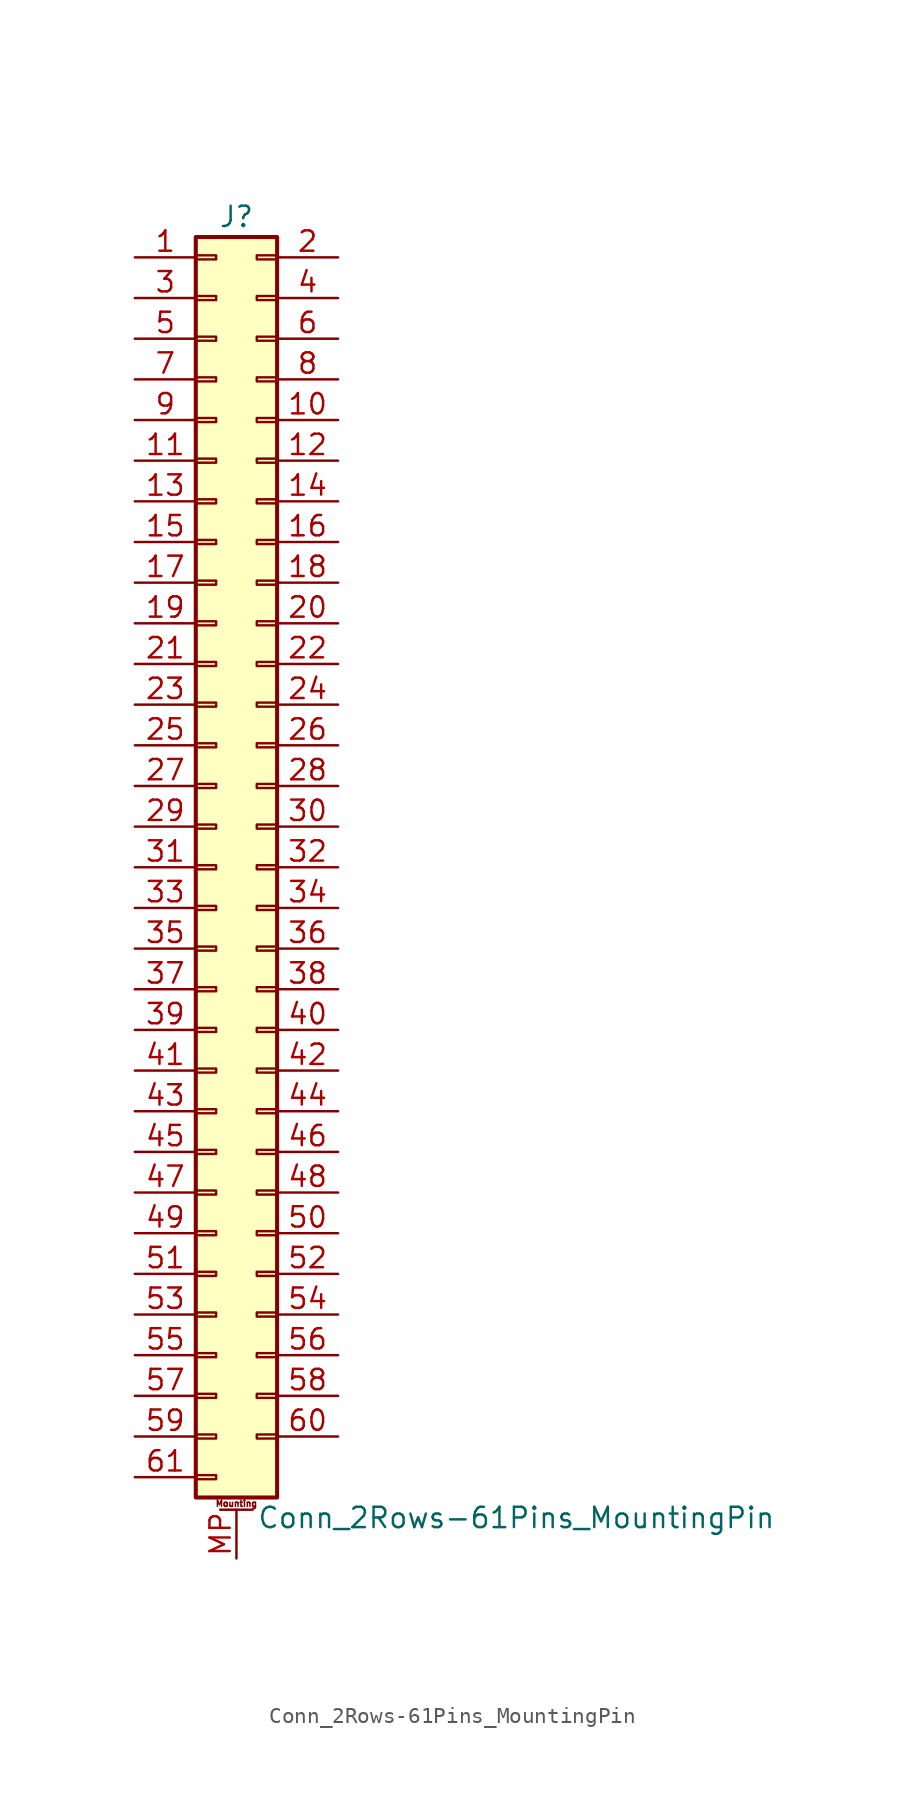
<source format=kicad_sym>
(kicad_symbol_lib
  (version 20200908)
  (generator kicad_symbol_editor)
  (symbol "Connector_Generic_MountingPin:Conn_2Rows-61Pins_MountingPin"
    (pin_names
      (offset 1.016) hide)
    (property "Reference" "J"
      (at 1.27 40.64 0)
      (effects (font (size 1.27 1.27))))
    (property "Value" "Conn_2Rows-61Pins_MountingPin"
      (at 2.54 -40.64 0)
      (effects (font (size 1.27 1.27)) (justify left)))
    (symbol "Conn_2Rows-61Pins_MountingPin_1_1"
      (text "Mounting" (at 1.27 -39.751 0) (effects (font (size 0.381 0.381))))
      (rectangle (start -1.27 -27.813) (end 0 -28.067) (stroke (width 0.152)) (fill (type none)))
      (rectangle (start -1.27 -30.353) (end 0 -30.607) (stroke (width 0.152)) (fill (type none)))
      (rectangle (start -1.27 -32.893) (end 0 -33.147) (stroke (width 0.152)) (fill (type none)))
      (rectangle (start -1.27 -35.433) (end 0 -35.687) (stroke (width 0.152)) (fill (type none)))
      (rectangle (start -1.27 -37.973) (end 0 -38.227) (stroke (width 0.152)) (fill (type none)))
      (rectangle (start -1.27 -4.953) (end 0 -5.207) (stroke (width 0.152)) (fill (type none)))
      (rectangle (start -1.27 -7.493) (end 0 -7.747) (stroke (width 0.152)) (fill (type none)))
      (rectangle (start -1.27 -10.033) (end 0 -10.287) (stroke (width 0.152)) (fill (type none)))
      (rectangle (start -1.27 -12.573) (end 0 -12.827) (stroke (width 0.152)) (fill (type none)))
      (rectangle (start -1.27 -15.113) (end 0 -15.367) (stroke (width 0.152)) (fill (type none)))
      (rectangle (start -1.27 -17.653) (end 0 -17.907) (stroke (width 0.152)) (fill (type none)))
      (rectangle (start -1.27 -20.193) (end 0 -20.447) (stroke (width 0.152)) (fill (type none)))
      (rectangle (start -1.27 -22.733) (end 0 -22.987) (stroke (width 0.152)) (fill (type none)))
      (rectangle (start -1.27 -2.413) (end 0 -2.667) (stroke (width 0.152)) (fill (type none)))
      (rectangle (start -1.27 -25.273) (end 0 -25.527) (stroke (width 0.152)) (fill (type none)))
      (rectangle (start -1.27 25.527) (end 0 25.273) (stroke (width 0.152)) (fill (type none)))
      (rectangle (start -1.27 2.667) (end 0 2.413) (stroke (width 0.152)) (fill (type none)))
      (rectangle (start -1.27 28.067) (end 0 27.813) (stroke (width 0.152)) (fill (type none)))
      (rectangle (start -1.27 30.607) (end 0 30.353) (stroke (width 0.152)) (fill (type none)))
      (rectangle (start -1.27 33.147) (end 0 32.893) (stroke (width 0.152)) (fill (type none)))
      (rectangle (start -1.27 35.687) (end 0 35.433) (stroke (width 0.152)) (fill (type none)))
      (rectangle (start -1.27 38.227) (end 0 37.973) (stroke (width 0.152)) (fill (type none)))
      (rectangle (start -1.27 39.37) (end 3.81 -39.37) (stroke (width 0.254)) (fill (type background)))
      (rectangle (start -1.27 5.207) (end 0 4.953) (stroke (width 0.152)) (fill (type none)))
      (rectangle (start -1.27 7.747) (end 0 7.493) (stroke (width 0.152)) (fill (type none)))
      (rectangle (start -1.27 10.287) (end 0 10.033) (stroke (width 0.152)) (fill (type none)))
      (rectangle (start -1.27 0.127) (end 0 -0.127) (stroke (width 0.152)) (fill (type none)))
      (rectangle (start -1.27 12.827) (end 0 12.573) (stroke (width 0.152)) (fill (type none)))
      (rectangle (start -1.27 15.367) (end 0 15.113) (stroke (width 0.152)) (fill (type none)))
      (rectangle (start -1.27 17.907) (end 0 17.653) (stroke (width 0.152)) (fill (type none)))
      (rectangle (start -1.27 20.447) (end 0 20.193) (stroke (width 0.152)) (fill (type none)))
      (rectangle (start -1.27 22.987) (end 0 22.733) (stroke (width 0.152)) (fill (type none)))
      (rectangle (start 3.81 -27.813) (end 2.54 -28.067) (stroke (width 0.152)) (fill (type none)))
      (rectangle (start 3.81 -30.353) (end 2.54 -30.607) (stroke (width 0.152)) (fill (type none)))
      (rectangle (start 3.81 -32.893) (end 2.54 -33.147) (stroke (width 0.152)) (fill (type none)))
      (rectangle (start 3.81 -35.433) (end 2.54 -35.687) (stroke (width 0.152)) (fill (type none)))
      (rectangle (start 3.81 -4.953) (end 2.54 -5.207) (stroke (width 0.152)) (fill (type none)))
      (rectangle (start 3.81 -7.493) (end 2.54 -7.747) (stroke (width 0.152)) (fill (type none)))
      (rectangle (start 3.81 -10.033) (end 2.54 -10.287) (stroke (width 0.152)) (fill (type none)))
      (rectangle (start 3.81 -12.573) (end 2.54 -12.827) (stroke (width 0.152)) (fill (type none)))
      (rectangle (start 3.81 -15.113) (end 2.54 -15.367) (stroke (width 0.152)) (fill (type none)))
      (rectangle (start 3.81 -17.653) (end 2.54 -17.907) (stroke (width 0.152)) (fill (type none)))
      (rectangle (start 3.81 -20.193) (end 2.54 -20.447) (stroke (width 0.152)) (fill (type none)))
      (rectangle (start 3.81 -22.733) (end 2.54 -22.987) (stroke (width 0.152)) (fill (type none)))
      (rectangle (start 3.81 -2.413) (end 2.54 -2.667) (stroke (width 0.152)) (fill (type none)))
      (rectangle (start 3.81 -25.273) (end 2.54 -25.527) (stroke (width 0.152)) (fill (type none)))
      (rectangle (start 3.81 25.527) (end 2.54 25.273) (stroke (width 0.152)) (fill (type none)))
      (rectangle (start 3.81 2.667) (end 2.54 2.413) (stroke (width 0.152)) (fill (type none)))
      (rectangle (start 3.81 28.067) (end 2.54 27.813) (stroke (width 0.152)) (fill (type none)))
      (rectangle (start 3.81 30.607) (end 2.54 30.353) (stroke (width 0.152)) (fill (type none)))
      (rectangle (start 3.81 33.147) (end 2.54 32.893) (stroke (width 0.152)) (fill (type none)))
      (rectangle (start 3.81 35.687) (end 2.54 35.433) (stroke (width 0.152)) (fill (type none)))
      (rectangle (start 3.81 38.227) (end 2.54 37.973) (stroke (width 0.152)) (fill (type none)))
      (rectangle (start 3.81 5.207) (end 2.54 4.953) (stroke (width 0.152)) (fill (type none)))
      (rectangle (start 3.81 7.747) (end 2.54 7.493) (stroke (width 0.152)) (fill (type none)))
      (rectangle (start 3.81 10.287) (end 2.54 10.033) (stroke (width 0.152)) (fill (type none)))
      (rectangle (start 3.81 0.127) (end 2.54 -0.127) (stroke (width 0.152)) (fill (type none)))
      (rectangle (start 3.81 12.827) (end 2.54 12.573) (stroke (width 0.152)) (fill (type none)))
      (rectangle (start 3.81 15.367) (end 2.54 15.113) (stroke (width 0.152)) (fill (type none)))
      (rectangle (start 3.81 17.907) (end 2.54 17.653) (stroke (width 0.152)) (fill (type none)))
      (rectangle (start 3.81 20.447) (end 2.54 20.193) (stroke (width 0.152)) (fill (type none)))
      (rectangle (start 3.81 22.987) (end 2.54 22.733) (stroke (width 0.152)) (fill (type none)))
      (polyline (pts (xy 0.254 -40.132) (xy 2.286 -40.132)) (stroke (width 0.152)) (fill (type none)))
      (pin passive line (at 1.27 -43.18 90) (length 3.048) (name "MountPin" (effects (font (size 1.27 1.27)))) (number "MP" (effects (font (size 1.27 1.27)))))
      (pin passive line (at -5.08 38.1 0) (length 3.81) (name "Pin_1" (effects (font (size 1.27 1.27)))) (number "1" (effects (font (size 1.27 1.27)))))
      (pin passive line (at 7.62 27.94 180) (length 3.81) (name "Pin_10" (effects (font (size 1.27 1.27)))) (number "10" (effects (font (size 1.27 1.27)))))
      (pin passive line (at -5.08 25.4 0) (length 3.81) (name "Pin_11" (effects (font (size 1.27 1.27)))) (number "11" (effects (font (size 1.27 1.27)))))
      (pin passive line (at 7.62 25.4 180) (length 3.81) (name "Pin_12" (effects (font (size 1.27 1.27)))) (number "12" (effects (font (size 1.27 1.27)))))
      (pin passive line (at -5.08 22.86 0) (length 3.81) (name "Pin_13" (effects (font (size 1.27 1.27)))) (number "13" (effects (font (size 1.27 1.27)))))
      (pin passive line (at 7.62 22.86 180) (length 3.81) (name "Pin_14" (effects (font (size 1.27 1.27)))) (number "14" (effects (font (size 1.27 1.27)))))
      (pin passive line (at -5.08 20.32 0) (length 3.81) (name "Pin_15" (effects (font (size 1.27 1.27)))) (number "15" (effects (font (size 1.27 1.27)))))
      (pin passive line (at 7.62 20.32 180) (length 3.81) (name "Pin_16" (effects (font (size 1.27 1.27)))) (number "16" (effects (font (size 1.27 1.27)))))
      (pin passive line (at -5.08 17.78 0) (length 3.81) (name "Pin_17" (effects (font (size 1.27 1.27)))) (number "17" (effects (font (size 1.27 1.27)))))
      (pin passive line (at 7.62 17.78 180) (length 3.81) (name "Pin_18" (effects (font (size 1.27 1.27)))) (number "18" (effects (font (size 1.27 1.27)))))
      (pin passive line (at -5.08 15.24 0) (length 3.81) (name "Pin_19" (effects (font (size 1.27 1.27)))) (number "19" (effects (font (size 1.27 1.27)))))
      (pin passive line (at 7.62 38.1 180) (length 3.81) (name "Pin_2" (effects (font (size 1.27 1.27)))) (number "2" (effects (font (size 1.27 1.27)))))
      (pin passive line (at 7.62 15.24 180) (length 3.81) (name "Pin_20" (effects (font (size 1.27 1.27)))) (number "20" (effects (font (size 1.27 1.27)))))
      (pin passive line (at -5.08 12.7 0) (length 3.81) (name "Pin_21" (effects (font (size 1.27 1.27)))) (number "21" (effects (font (size 1.27 1.27)))))
      (pin passive line (at 7.62 12.7 180) (length 3.81) (name "Pin_22" (effects (font (size 1.27 1.27)))) (number "22" (effects (font (size 1.27 1.27)))))
      (pin passive line (at -5.08 10.16 0) (length 3.81) (name "Pin_23" (effects (font (size 1.27 1.27)))) (number "23" (effects (font (size 1.27 1.27)))))
      (pin passive line (at 7.62 10.16 180) (length 3.81) (name "Pin_24" (effects (font (size 1.27 1.27)))) (number "24" (effects (font (size 1.27 1.27)))))
      (pin passive line (at -5.08 7.62 0) (length 3.81) (name "Pin_25" (effects (font (size 1.27 1.27)))) (number "25" (effects (font (size 1.27 1.27)))))
      (pin passive line (at 7.62 7.62 180) (length 3.81) (name "Pin_26" (effects (font (size 1.27 1.27)))) (number "26" (effects (font (size 1.27 1.27)))))
      (pin passive line (at -5.08 5.08 0) (length 3.81) (name "Pin_27" (effects (font (size 1.27 1.27)))) (number "27" (effects (font (size 1.27 1.27)))))
      (pin passive line (at 7.62 5.08 180) (length 3.81) (name "Pin_28" (effects (font (size 1.27 1.27)))) (number "28" (effects (font (size 1.27 1.27)))))
      (pin passive line (at -5.08 2.54 0) (length 3.81) (name "Pin_29" (effects (font (size 1.27 1.27)))) (number "29" (effects (font (size 1.27 1.27)))))
      (pin passive line (at -5.08 35.56 0) (length 3.81) (name "Pin_3" (effects (font (size 1.27 1.27)))) (number "3" (effects (font (size 1.27 1.27)))))
      (pin passive line (at 7.62 2.54 180) (length 3.81) (name "Pin_30" (effects (font (size 1.27 1.27)))) (number "30" (effects (font (size 1.27 1.27)))))
      (pin passive line (at -5.08 0 0) (length 3.81) (name "Pin_31" (effects (font (size 1.27 1.27)))) (number "31" (effects (font (size 1.27 1.27)))))
      (pin passive line (at 7.62 0 180) (length 3.81) (name "Pin_32" (effects (font (size 1.27 1.27)))) (number "32" (effects (font (size 1.27 1.27)))))
      (pin passive line (at -5.08 -2.54 0) (length 3.81) (name "Pin_33" (effects (font (size 1.27 1.27)))) (number "33" (effects (font (size 1.27 1.27)))))
      (pin passive line (at 7.62 -2.54 180) (length 3.81) (name "Pin_34" (effects (font (size 1.27 1.27)))) (number "34" (effects (font (size 1.27 1.27)))))
      (pin passive line (at -5.08 -5.08 0) (length 3.81) (name "Pin_35" (effects (font (size 1.27 1.27)))) (number "35" (effects (font (size 1.27 1.27)))))
      (pin passive line (at 7.62 -5.08 180) (length 3.81) (name "Pin_36" (effects (font (size 1.27 1.27)))) (number "36" (effects (font (size 1.27 1.27)))))
      (pin passive line (at -5.08 -7.62 0) (length 3.81) (name "Pin_37" (effects (font (size 1.27 1.27)))) (number "37" (effects (font (size 1.27 1.27)))))
      (pin passive line (at 7.62 -7.62 180) (length 3.81) (name "Pin_38" (effects (font (size 1.27 1.27)))) (number "38" (effects (font (size 1.27 1.27)))))
      (pin passive line (at -5.08 -10.16 0) (length 3.81) (name "Pin_39" (effects (font (size 1.27 1.27)))) (number "39" (effects (font (size 1.27 1.27)))))
      (pin passive line (at 7.62 35.56 180) (length 3.81) (name "Pin_4" (effects (font (size 1.27 1.27)))) (number "4" (effects (font (size 1.27 1.27)))))
      (pin passive line (at 7.62 -10.16 180) (length 3.81) (name "Pin_40" (effects (font (size 1.27 1.27)))) (number "40" (effects (font (size 1.27 1.27)))))
      (pin passive line (at -5.08 -12.7 0) (length 3.81) (name "Pin_41" (effects (font (size 1.27 1.27)))) (number "41" (effects (font (size 1.27 1.27)))))
      (pin passive line (at 7.62 -12.7 180) (length 3.81) (name "Pin_42" (effects (font (size 1.27 1.27)))) (number "42" (effects (font (size 1.27 1.27)))))
      (pin passive line (at -5.08 -15.24 0) (length 3.81) (name "Pin_43" (effects (font (size 1.27 1.27)))) (number "43" (effects (font (size 1.27 1.27)))))
      (pin passive line (at 7.62 -15.24 180) (length 3.81) (name "Pin_44" (effects (font (size 1.27 1.27)))) (number "44" (effects (font (size 1.27 1.27)))))
      (pin passive line (at -5.08 -17.78 0) (length 3.81) (name "Pin_45" (effects (font (size 1.27 1.27)))) (number "45" (effects (font (size 1.27 1.27)))))
      (pin passive line (at 7.62 -17.78 180) (length 3.81) (name "Pin_46" (effects (font (size 1.27 1.27)))) (number "46" (effects (font (size 1.27 1.27)))))
      (pin passive line (at -5.08 -20.32 0) (length 3.81) (name "Pin_47" (effects (font (size 1.27 1.27)))) (number "47" (effects (font (size 1.27 1.27)))))
      (pin passive line (at 7.62 -20.32 180) (length 3.81) (name "Pin_48" (effects (font (size 1.27 1.27)))) (number "48" (effects (font (size 1.27 1.27)))))
      (pin passive line (at -5.08 -22.86 0) (length 3.81) (name "Pin_49" (effects (font (size 1.27 1.27)))) (number "49" (effects (font (size 1.27 1.27)))))
      (pin passive line (at -5.08 33.02 0) (length 3.81) (name "Pin_5" (effects (font (size 1.27 1.27)))) (number "5" (effects (font (size 1.27 1.27)))))
      (pin passive line (at 7.62 -22.86 180) (length 3.81) (name "Pin_50" (effects (font (size 1.27 1.27)))) (number "50" (effects (font (size 1.27 1.27)))))
      (pin passive line (at -5.08 -25.4 0) (length 3.81) (name "Pin_51" (effects (font (size 1.27 1.27)))) (number "51" (effects (font (size 1.27 1.27)))))
      (pin passive line (at 7.62 -25.4 180) (length 3.81) (name "Pin_52" (effects (font (size 1.27 1.27)))) (number "52" (effects (font (size 1.27 1.27)))))
      (pin passive line (at -5.08 -27.94 0) (length 3.81) (name "Pin_53" (effects (font (size 1.27 1.27)))) (number "53" (effects (font (size 1.27 1.27)))))
      (pin passive line (at 7.62 -27.94 180) (length 3.81) (name "Pin_54" (effects (font (size 1.27 1.27)))) (number "54" (effects (font (size 1.27 1.27)))))
      (pin passive line (at -5.08 -30.48 0) (length 3.81) (name "Pin_55" (effects (font (size 1.27 1.27)))) (number "55" (effects (font (size 1.27 1.27)))))
      (pin passive line (at 7.62 -30.48 180) (length 3.81) (name "Pin_56" (effects (font (size 1.27 1.27)))) (number "56" (effects (font (size 1.27 1.27)))))
      (pin passive line (at -5.08 -33.02 0) (length 3.81) (name "Pin_57" (effects (font (size 1.27 1.27)))) (number "57" (effects (font (size 1.27 1.27)))))
      (pin passive line (at 7.62 -33.02 180) (length 3.81) (name "Pin_58" (effects (font (size 1.27 1.27)))) (number "58" (effects (font (size 1.27 1.27)))))
      (pin passive line (at -5.08 -35.56 0) (length 3.81) (name "Pin_59" (effects (font (size 1.27 1.27)))) (number "59" (effects (font (size 1.27 1.27)))))
      (pin passive line (at 7.62 33.02 180) (length 3.81) (name "Pin_6" (effects (font (size 1.27 1.27)))) (number "6" (effects (font (size 1.27 1.27)))))
      (pin passive line (at 7.62 -35.56 180) (length 3.81) (name "Pin_60" (effects (font (size 1.27 1.27)))) (number "60" (effects (font (size 1.27 1.27)))))
      (pin passive line (at -5.08 -38.1 0) (length 3.81) (name "Pin_61" (effects (font (size 1.27 1.27)))) (number "61" (effects (font (size 1.27 1.27)))))
      (pin passive line (at -5.08 30.48 0) (length 3.81) (name "Pin_7" (effects (font (size 1.27 1.27)))) (number "7" (effects (font (size 1.27 1.27)))))
      (pin passive line (at 7.62 30.48 180) (length 3.81) (name "Pin_8" (effects (font (size 1.27 1.27)))) (number "8" (effects (font (size 1.27 1.27)))))
      (pin passive line (at -5.08 27.94 0) (length 3.81) (name "Pin_9" (effects (font (size 1.27 1.27)))) (number "9" (effects (font (size 1.27 1.27))))))))
</source>
